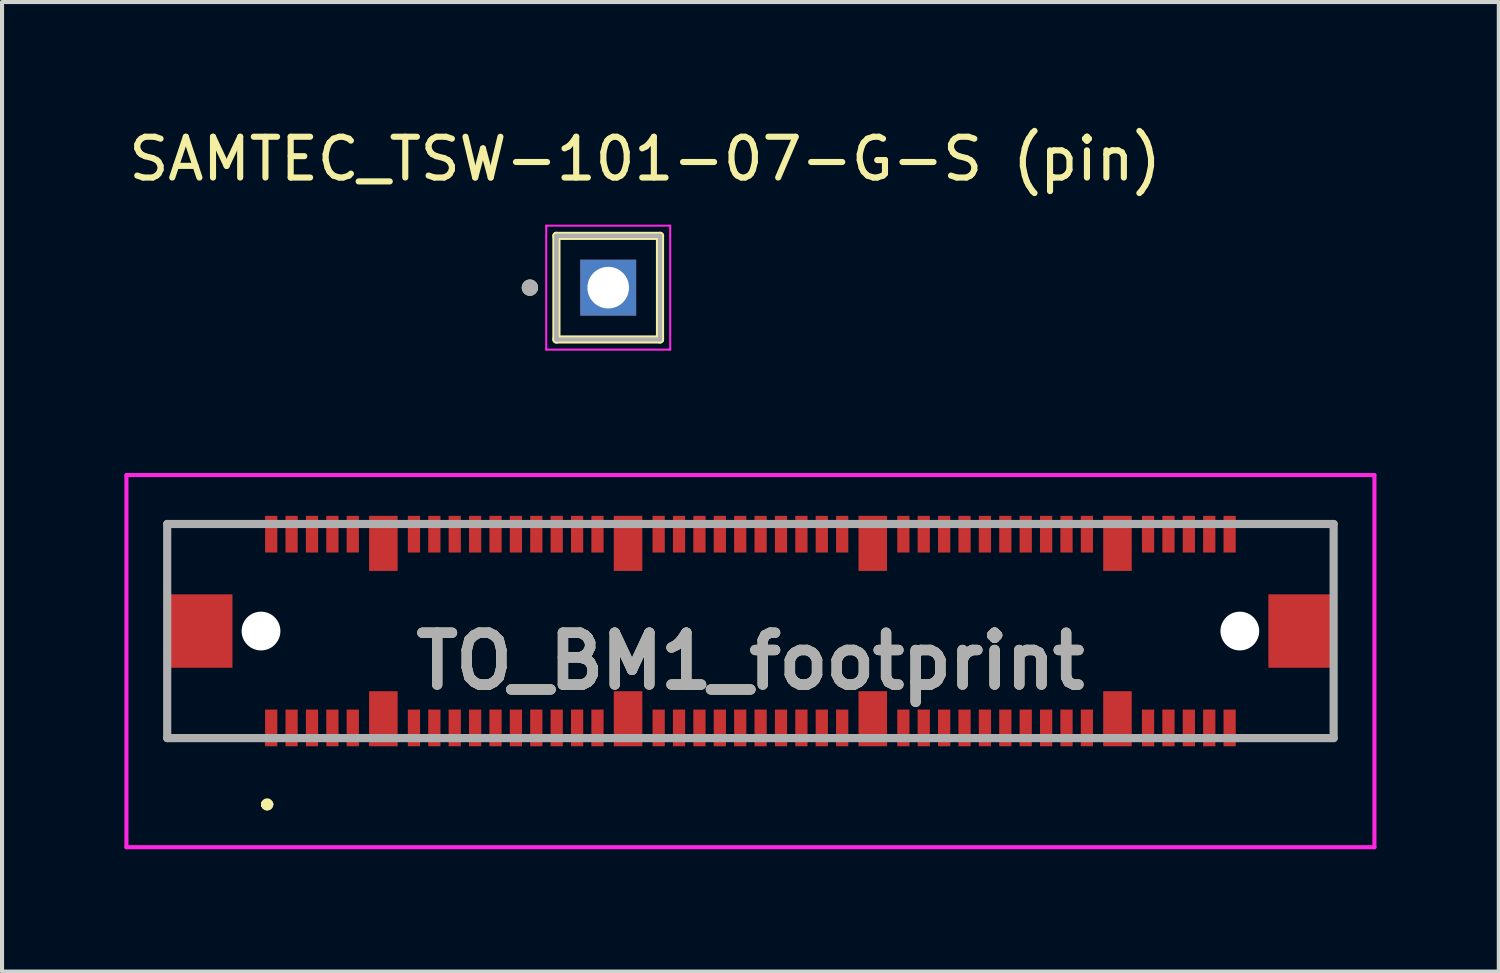
<source format=kicad_pcb>
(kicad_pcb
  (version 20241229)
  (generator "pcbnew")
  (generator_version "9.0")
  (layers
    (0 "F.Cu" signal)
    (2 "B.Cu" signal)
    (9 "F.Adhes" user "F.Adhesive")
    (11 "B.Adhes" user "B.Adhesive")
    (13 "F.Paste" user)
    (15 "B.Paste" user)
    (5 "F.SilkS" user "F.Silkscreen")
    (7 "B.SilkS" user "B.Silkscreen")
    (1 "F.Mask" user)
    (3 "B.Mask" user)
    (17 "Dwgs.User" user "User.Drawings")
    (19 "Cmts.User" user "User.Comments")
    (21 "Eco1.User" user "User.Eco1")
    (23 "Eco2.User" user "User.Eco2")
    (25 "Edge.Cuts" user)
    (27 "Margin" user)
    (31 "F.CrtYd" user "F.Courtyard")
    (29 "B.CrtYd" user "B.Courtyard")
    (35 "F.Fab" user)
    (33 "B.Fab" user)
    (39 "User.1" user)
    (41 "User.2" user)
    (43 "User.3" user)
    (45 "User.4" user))
  (footprint "TO_BM1_footprint"
    (layer "F.Cu")
    (at 15.35 12.423)
    (property "Reference" "TO_BM1_footprint" (at 0 0.737 0) (layer "F.SilkS") (effects (font (size 1.27 1.27) (thickness 0.254))))
    (attr through_hole)
    (fp_line (start -14.3 -2.625) (end -14.3 -2.625) (stroke (width 0.1) (type solid)) (layer "F.SilkS"))
    (fp_line (start -14.3 -2.625) (end -14.3 -2.625) (stroke (width 0.1) (type solid)) (layer "F.SilkS"))
    (fp_line (start -14.3 -2.625) (end -14.3 -1.5) (stroke (width 0.1) (type solid)) (layer "F.SilkS"))
    (fp_line (start -14.3 -2.625) (end -12.5 -2.625) (stroke (width 0.1) (type solid)) (layer "F.SilkS"))
    (fp_line (start -14.3 -1.5) (end -14.3 -2.625) (stroke (width 0.1) (type solid)) (layer "F.SilkS"))
    (fp_line (start -14.3 -1.5) (end -14.3 -1.5) (stroke (width 0.1) (type solid)) (layer "F.SilkS"))
    (fp_line (start -14.3 1.5) (end -14.3 1.5) (stroke (width 0.1) (type solid)) (layer "F.SilkS"))
    (fp_line (start -14.3 1.5) (end -14.3 2.625) (stroke (width 0.1) (type solid)) (layer "F.SilkS"))
    (fp_line (start -14.3 2.625) (end -14.3 1.5) (stroke (width 0.1) (type solid)) (layer "F.SilkS"))
    (fp_line (start -14.3 2.625) (end -14.3 2.625) (stroke (width 0.1) (type solid)) (layer "F.SilkS"))
    (fp_line (start -14.3 2.625) (end -14.3 2.625) (stroke (width 0.1) (type solid)) (layer "F.SilkS"))
    (fp_line (start -14.3 2.625) (end -12.5 2.625) (stroke (width 0.1) (type solid)) (layer "F.SilkS"))
    (fp_line (start -12.5 -2.625) (end -14.3 -2.625) (stroke (width 0.1) (type solid)) (layer "F.SilkS"))
    (fp_line (start -12.5 -2.625) (end -12.5 -2.625) (stroke (width 0.1) (type solid)) (layer "F.SilkS"))
    (fp_line (start -12.5 2.625) (end -14.3 2.625) (stroke (width 0.1) (type solid)) (layer "F.SilkS"))
    (fp_line (start -12.5 2.625) (end -12.5 2.625) (stroke (width 0.1) (type solid)) (layer "F.SilkS"))
    (fp_line (start -11.9 4.25) (end -11.9 4.25) (stroke (width 0.2) (type solid)) (layer "F.SilkS"))
    (fp_line (start -11.9 4.25) (end -11.9 4.25) (stroke (width 0.2) (type solid)) (layer "F.SilkS"))
    (fp_line (start -11.8 4.25) (end -11.8 4.25) (stroke (width 0.2) (type solid)) (layer "F.SilkS"))
    (fp_line (start 12.5 -2.625) (end 12.5 -2.625) (stroke (width 0.1) (type solid)) (layer "F.SilkS"))
    (fp_line (start 12.5 -2.625) (end 14.25 -2.625) (stroke (width 0.1) (type solid)) (layer "F.SilkS"))
    (fp_line (start 12.5 2.625) (end 12.5 2.625) (stroke (width 0.1) (type solid)) (layer "F.SilkS"))
    (fp_line (start 12.5 2.625) (end 14.3 2.625) (stroke (width 0.1) (type solid)) (layer "F.SilkS"))
    (fp_line (start 14.25 -2.625) (end 12.5 -2.625) (stroke (width 0.1) (type solid)) (layer "F.SilkS"))
    (fp_line (start 14.25 -2.625) (end 14.25 -2.625) (stroke (width 0.1) (type solid)) (layer "F.SilkS"))
    (fp_line (start 14.3 -2.625) (end 14.3 -2.625) (stroke (width 0.1) (type solid)) (layer "F.SilkS"))
    (fp_line (start 14.3 -2.625) (end 14.3 -1.5) (stroke (width 0.1) (type solid)) (layer "F.SilkS"))
    (fp_line (start 14.3 -1.5) (end 14.3 -2.625) (stroke (width 0.1) (type solid)) (layer "F.SilkS"))
    (fp_line (start 14.3 -1.5) (end 14.3 -1.5) (stroke (width 0.1) (type solid)) (layer "F.SilkS"))
    (fp_line (start 14.3 1.5) (end 14.3 1.5) (stroke (width 0.1) (type solid)) (layer "F.SilkS"))
    (fp_line (start 14.3 1.5) (end 14.3 2.625) (stroke (width 0.1) (type solid)) (layer "F.SilkS"))
    (fp_line (start 14.3 2.625) (end 12.5 2.625) (stroke (width 0.1) (type solid)) (layer "F.SilkS"))
    (fp_line (start 14.3 2.625) (end 14.3 1.5) (stroke (width 0.1) (type solid)) (layer "F.SilkS"))
    (fp_line (start 14.3 2.625) (end 14.3 2.625) (stroke (width 0.1) (type solid)) (layer "F.SilkS"))
    (fp_line (start 14.3 2.625) (end 14.3 2.625) (stroke (width 0.1) (type solid)) (layer "F.SilkS"))
    (fp_arc (start -11.9 4.25) (mid -11.85 4.2) (end -11.8 4.25) (stroke (width 0.2) (type solid)) (layer "F.SilkS"))
    (fp_arc (start -11.8 4.25) (mid -11.85 4.3) (end -11.9 4.25) (stroke (width 0.2) (type solid)) (layer "F.SilkS"))
    (fp_arc (start -11.8 4.25) (mid -11.85 4.3) (end -11.9 4.25) (stroke (width 0.2) (type solid)) (layer "F.SilkS"))
    (fp_line (start -15.3 -3.825) (end 15.3 -3.825) (stroke (width 0.1) (type solid)) (layer "F.CrtYd"))
    (fp_line (start -15.3 5.3) (end -15.3 -3.825) (stroke (width 0.1) (type solid)) (layer "F.CrtYd"))
    (fp_line (start 15.3 -3.825) (end 15.3 5.3) (stroke (width 0.1) (type solid)) (layer "F.CrtYd"))
    (fp_line (start 15.3 5.3) (end -15.3 5.3) (stroke (width 0.1) (type solid)) (layer "F.CrtYd"))
    (fp_line (start -14.3 -2.625) (end -14.3 2.625) (stroke (width 0.2) (type solid)) (layer "F.Fab"))
    (fp_line (start -14.3 2.625) (end 14.3 2.625) (stroke (width 0.2) (type solid)) (layer "F.Fab"))
    (fp_line (start 14.3 -2.625) (end -14.3 -2.625) (stroke (width 0.2) (type solid)) (layer "F.Fab"))
    (fp_line (start 14.3 2.625) (end 14.3 -2.625) (stroke (width 0.2) (type solid)) (layer "F.Fab"))
    (fp_text user "${REFERENCE}" (at 0 0.737 0) (layer "F.Fab") (effects (font (size 1.27 1.27) (thickness 0.254))))
    (pad "" np_thru_hole circle (at -12 0) (size 0.95 0.95) (drill 0.95) (layers "*.Cu" "*.Mask"))
    (pad "" np_thru_hole circle (at 12 0) (size 0.95 0.95) (drill 0.95) (layers "*.Cu" "*.Mask"))
    (pad "1" smd rect (at -11.75 2.375) (size 0.3 0.9) (layers "F.Cu" "F.Mask" "F.Paste"))
    (pad "2" smd rect (at -11.75 -2.375) (size 0.3 0.9) (layers "F.Cu" "F.Mask" "F.Paste"))
    (pad "3" smd rect (at -11.25 2.375) (size 0.3 0.9) (layers "F.Cu" "F.Mask" "F.Paste"))
    (pad "4" smd rect (at -11.25 -2.375) (size 0.3 0.9) (layers "F.Cu" "F.Mask" "F.Paste"))
    (pad "5" smd rect (at -10.75 2.375) (size 0.3 0.9) (layers "F.Cu" "F.Mask" "F.Paste"))
    (pad "6" smd rect (at -10.75 -2.375) (size 0.3 0.9) (layers "F.Cu" "F.Mask" "F.Paste"))
    (pad "7" smd rect (at -10.25 2.375) (size 0.3 0.9) (layers "F.Cu" "F.Mask" "F.Paste"))
    (pad "8" smd rect (at -10.25 -2.375) (size 0.3 0.9) (layers "F.Cu" "F.Mask" "F.Paste"))
    (pad "9" smd rect (at -9.75 2.375) (size 0.3 0.9) (layers "F.Cu" "F.Mask" "F.Paste"))
    (pad "10" smd rect (at -9.75 -2.375) (size 0.3 0.9) (layers "F.Cu" "F.Mask" "F.Paste"))
    (pad "11" smd rect (at -8.25 2.375) (size 0.3 0.9) (layers "F.Cu" "F.Mask" "F.Paste"))
    (pad "12" smd rect (at -8.25 -2.375) (size 0.3 0.9) (layers "F.Cu" "F.Mask" "F.Paste"))
    (pad "13" smd rect (at -7.75 2.375) (size 0.3 0.9) (layers "F.Cu" "F.Mask" "F.Paste"))
    (pad "14" smd rect (at -7.75 -2.375) (size 0.3 0.9) (layers "F.Cu" "F.Mask" "F.Paste"))
    (pad "15" smd rect (at -7.25 2.375) (size 0.3 0.9) (layers "F.Cu" "F.Mask" "F.Paste"))
    (pad "16" smd rect (at -7.25 -2.375) (size 0.3 0.9) (layers "F.Cu" "F.Mask" "F.Paste"))
    (pad "17" smd rect (at -6.75 2.375) (size 0.3 0.9) (layers "F.Cu" "F.Mask" "F.Paste"))
    (pad "18" smd rect (at -6.75 -2.375) (size 0.3 0.9) (layers "F.Cu" "F.Mask" "F.Paste"))
    (pad "19" smd rect (at -6.25 2.375) (size 0.3 0.9) (layers "F.Cu" "F.Mask" "F.Paste"))
    (pad "20" smd rect (at -6.25 -2.375) (size 0.3 0.9) (layers "F.Cu" "F.Mask" "F.Paste"))
    (pad "21" smd rect (at -5.75 2.375) (size 0.3 0.9) (layers "F.Cu" "F.Mask" "F.Paste"))
    (pad "22" smd rect (at -5.75 -2.375) (size 0.3 0.9) (layers "F.Cu" "F.Mask" "F.Paste"))
    (pad "23" smd rect (at -5.25 2.375) (size 0.3 0.9) (layers "F.Cu" "F.Mask" "F.Paste"))
    (pad "24" smd rect (at -5.25 -2.375) (size 0.3 0.9) (layers "F.Cu" "F.Mask" "F.Paste"))
    (pad "25" smd rect (at -4.75 2.375) (size 0.3 0.9) (layers "F.Cu" "F.Mask" "F.Paste"))
    (pad "26" smd rect (at -4.75 -2.375) (size 0.3 0.9) (layers "F.Cu" "F.Mask" "F.Paste"))
    (pad "27" smd rect (at -4.25 2.375) (size 0.3 0.9) (layers "F.Cu" "F.Mask" "F.Paste"))
    (pad "28" smd rect (at -4.25 -2.375) (size 0.3 0.9) (layers "F.Cu" "F.Mask" "F.Paste"))
    (pad "29" smd rect (at -3.75 2.375) (size 0.3 0.9) (layers "F.Cu" "F.Mask" "F.Paste"))
    (pad "30" smd rect (at -3.75 -2.375) (size 0.3 0.9) (layers "F.Cu" "F.Mask" "F.Paste"))
    (pad "31" smd rect (at -2.25 2.375) (size 0.3 0.9) (layers "F.Cu" "F.Mask" "F.Paste"))
    (pad "32" smd rect (at -2.25 -2.375) (size 0.3 0.9) (layers "F.Cu" "F.Mask" "F.Paste"))
    (pad "33" smd rect (at -1.75 2.375) (size 0.3 0.9) (layers "F.Cu" "F.Mask" "F.Paste"))
    (pad "34" smd rect (at -1.75 -2.375) (size 0.3 0.9) (layers "F.Cu" "F.Mask" "F.Paste"))
    (pad "35" smd rect (at -1.25 2.375) (size 0.3 0.9) (layers "F.Cu" "F.Mask" "F.Paste"))
    (pad "36" smd rect (at -1.25 -2.375) (size 0.3 0.9) (layers "F.Cu" "F.Mask" "F.Paste"))
    (pad "37" smd rect (at -0.75 2.375) (size 0.3 0.9) (layers "F.Cu" "F.Mask" "F.Paste"))
    (pad "38" smd rect (at -0.75 -2.375) (size 0.3 0.9) (layers "F.Cu" "F.Mask" "F.Paste"))
    (pad "39" smd rect (at -0.25 2.375) (size 0.3 0.9) (layers "F.Cu" "F.Mask" "F.Paste"))
    (pad "40" smd rect (at -0.25 -2.375) (size 0.3 0.9) (layers "F.Cu" "F.Mask" "F.Paste"))
    (pad "41" smd rect (at 0.25 2.375) (size 0.3 0.9) (layers "F.Cu" "F.Mask" "F.Paste"))
    (pad "42" smd rect (at 0.25 -2.375) (size 0.3 0.9) (layers "F.Cu" "F.Mask" "F.Paste"))
    (pad "43" smd rect (at 0.75 2.375) (size 0.3 0.9) (layers "F.Cu" "F.Mask" "F.Paste"))
    (pad "44" smd rect (at 0.75 -2.375) (size 0.3 0.9) (layers "F.Cu" "F.Mask" "F.Paste"))
    (pad "45" smd rect (at 1.25 2.375) (size 0.3 0.9) (layers "F.Cu" "F.Mask" "F.Paste"))
    (pad "46" smd rect (at 1.25 -2.375) (size 0.3 0.9) (layers "F.Cu" "F.Mask" "F.Paste"))
    (pad "47" smd rect (at 1.75 2.375) (size 0.3 0.9) (layers "F.Cu" "F.Mask" "F.Paste"))
    (pad "48" smd rect (at 1.75 -2.375) (size 0.3 0.9) (layers "F.Cu" "F.Mask" "F.Paste"))
    (pad "49" smd rect (at 2.25 2.375) (size 0.3 0.9) (layers "F.Cu" "F.Mask" "F.Paste"))
    (pad "50" smd rect (at 2.25 -2.375) (size 0.3 0.9) (layers "F.Cu" "F.Mask" "F.Paste"))
    (pad "51" smd rect (at 3.75 2.375) (size 0.3 0.9) (layers "F.Cu" "F.Mask" "F.Paste"))
    (pad "52" smd rect (at 3.75 -2.375) (size 0.3 0.9) (layers "F.Cu" "F.Mask" "F.Paste"))
    (pad "53" smd rect (at 4.25 2.375) (size 0.3 0.9) (layers "F.Cu" "F.Mask" "F.Paste"))
    (pad "54" smd rect (at 4.25 -2.375) (size 0.3 0.9) (layers "F.Cu" "F.Mask" "F.Paste"))
    (pad "55" smd rect (at 4.75 2.375) (size 0.3 0.9) (layers "F.Cu" "F.Mask" "F.Paste"))
    (pad "56" smd rect (at 4.75 -2.375) (size 0.3 0.9) (layers "F.Cu" "F.Mask" "F.Paste"))
    (pad "57" smd rect (at 5.25 2.375) (size 0.3 0.9) (layers "F.Cu" "F.Mask" "F.Paste"))
    (pad "58" smd rect (at 5.25 -2.375) (size 0.3 0.9) (layers "F.Cu" "F.Mask" "F.Paste"))
    (pad "59" smd rect (at 5.75 2.375) (size 0.3 0.9) (layers "F.Cu" "F.Mask" "F.Paste"))
    (pad "60" smd rect (at 5.75 -2.375) (size 0.3 0.9) (layers "F.Cu" "F.Mask" "F.Paste"))
    (pad "61" smd rect (at 6.25 2.375) (size 0.3 0.9) (layers "F.Cu" "F.Mask" "F.Paste"))
    (pad "62" smd rect (at 6.25 -2.375) (size 0.3 0.9) (layers "F.Cu" "F.Mask" "F.Paste"))
    (pad "63" smd rect (at 6.75 2.375) (size 0.3 0.9) (layers "F.Cu" "F.Mask" "F.Paste"))
    (pad "64" smd rect (at 6.75 -2.375) (size 0.3 0.9) (layers "F.Cu" "F.Mask" "F.Paste"))
    (pad "65" smd rect (at 7.25 2.375) (size 0.3 0.9) (layers "F.Cu" "F.Mask" "F.Paste"))
    (pad "66" smd rect (at 7.25 -2.375) (size 0.3 0.9) (layers "F.Cu" "F.Mask" "F.Paste"))
    (pad "67" smd rect (at 7.75 2.375) (size 0.3 0.9) (layers "F.Cu" "F.Mask" "F.Paste"))
    (pad "68" smd rect (at 7.75 -2.375) (size 0.3 0.9) (layers "F.Cu" "F.Mask" "F.Paste"))
    (pad "69" smd rect (at 8.25 2.375) (size 0.3 0.9) (layers "F.Cu" "F.Mask" "F.Paste"))
    (pad "70" smd rect (at 8.25 -2.375) (size 0.3 0.9) (layers "F.Cu" "F.Mask" "F.Paste"))
    (pad "71" smd rect (at 9.75 2.375) (size 0.3 0.9) (layers "F.Cu" "F.Mask" "F.Paste"))
    (pad "72" smd rect (at 9.75 -2.375) (size 0.3 0.9) (layers "F.Cu" "F.Mask" "F.Paste"))
    (pad "73" smd rect (at 10.25 2.375) (size 0.3 0.9) (layers "F.Cu" "F.Mask" "F.Paste"))
    (pad "74" smd rect (at 10.25 -2.375) (size 0.3 0.9) (layers "F.Cu" "F.Mask" "F.Paste"))
    (pad "75" smd rect (at 10.75 2.375) (size 0.3 0.9) (layers "F.Cu" "F.Mask" "F.Paste"))
    (pad "76" smd rect (at 10.75 -2.375) (size 0.3 0.9) (layers "F.Cu" "F.Mask" "F.Paste"))
    (pad "77" smd rect (at 11.25 2.375) (size 0.3 0.9) (layers "F.Cu" "F.Mask" "F.Paste"))
    (pad "78" smd rect (at 11.25 -2.375) (size 0.3 0.9) (layers "F.Cu" "F.Mask" "F.Paste"))
    (pad "79" smd rect (at 11.75 2.375) (size 0.3 0.9) (layers "F.Cu" "F.Mask" "F.Paste"))
    (pad "80" smd rect (at 11.75 -2.375) (size 0.3 0.9) (layers "F.Cu" "F.Mask" "F.Paste"))
    (pad "G1" smd rect (at -9 2.15) (size 0.7 1.35) (layers "F.Cu" "F.Mask" "F.Paste"))
    (pad "G2" smd rect (at -9 -2.15) (size 0.7 1.35) (layers "F.Cu" "F.Mask" "F.Paste"))
    (pad "G3" smd rect (at -3 2.15) (size 0.7 1.35) (layers "F.Cu" "F.Mask" "F.Paste"))
    (pad "G4" smd rect (at -3 -2.15) (size 0.7 1.35) (layers "F.Cu" "F.Mask" "F.Paste"))
    (pad "G5" smd rect (at 3 2.15) (size 0.7 1.35) (layers "F.Cu" "F.Mask" "F.Paste"))
    (pad "G6" smd rect (at 3 -2.15) (size 0.7 1.35) (layers "F.Cu" "F.Mask" "F.Paste"))
    (pad "G7" smd rect (at 9 2.15) (size 0.7 1.35) (layers "F.Cu" "F.Mask" "F.Paste"))
    (pad "G8" smd rect (at 9 -2.15) (size 0.7 1.35) (layers "F.Cu" "F.Mask" "F.Paste"))
    (pad "MP1" smd rect (at -13.5 0) (size 1.6 1.8) (layers "F.Cu" "F.Mask" "F.Paste"))
    (pad "MP2" smd rect (at 13.5 0) (size 1.6 1.8) (layers "F.Cu" "F.Mask" "F.Paste")))
  (footprint "SAMTEC_TSW-101-07-G-S (pin)"
    (layer "F.Cu")
    (at 11.863 4.003)
    (property "Reference" "SAMTEC_TSW-101-07-G-S (pin)" (at 0.905 -3.155 0) (layer "F.SilkS") (effects (font (size 1 1) (thickness 0.15))))
    (attr through_hole)
    (fp_line (start -1.27 1.27) (end -1.27 -1.27) (stroke (width 0.2) (type solid)) (layer "F.SilkS"))
    (fp_line (start 1.27 -1.27) (end -1.27 -1.27) (stroke (width 0.2) (type solid)) (layer "F.SilkS"))
    (fp_line (start 1.27 -1.27) (end 1.27 1.27) (stroke (width 0.2) (type solid)) (layer "F.SilkS"))
    (fp_line (start 1.27 1.27) (end -1.27 1.27) (stroke (width 0.2) (type solid)) (layer "F.SilkS"))
    (fp_circle (center -1.92 0) (end -1.82 0) (stroke (width 0.2) (type solid)) (fill no) (layer "F.SilkS"))
    (fp_line (start -1.52 -1.52) (end 1.52 -1.52) (stroke (width 0.05) (type solid)) (layer "F.CrtYd"))
    (fp_line (start -1.52 1.52) (end -1.52 -1.52) (stroke (width 0.05) (type solid)) (layer "F.CrtYd"))
    (fp_line (start 1.52 -1.52) (end 1.52 1.52) (stroke (width 0.05) (type solid)) (layer "F.CrtYd"))
    (fp_line (start 1.52 1.52) (end -1.52 1.52) (stroke (width 0.05) (type solid)) (layer "F.CrtYd"))
    (fp_line (start -1.27 -1.27) (end 1.27 -1.27) (stroke (width 0.1) (type solid)) (layer "F.Fab"))
    (fp_line (start -1.27 -1.27) (end 1.27 -1.27) (stroke (width 0.1) (type solid)) (layer "F.Fab"))
    (fp_line (start -1.27 1.27) (end -1.27 -1.27) (stroke (width 0.1) (type solid)) (layer "F.Fab"))
    (fp_line (start -1.27 1.27) (end -1.27 -1.27) (stroke (width 0.1) (type solid)) (layer "F.Fab"))
    (fp_line (start 1.27 -1.27) (end 1.27 1.27) (stroke (width 0.1) (type solid)) (layer "F.Fab"))
    (fp_line (start 1.27 -1.27) (end 1.27 1.27) (stroke (width 0.1) (type solid)) (layer "F.Fab"))
    (fp_line (start 1.27 1.27) (end -1.27 1.27) (stroke (width 0.1) (type solid)) (layer "F.Fab"))
    (fp_circle (center -1.92 0) (end -1.82 0) (stroke (width 0.2) (type solid)) (fill no) (layer "F.Fab"))
    (pad "01" thru_hole rect (at 0 0) (size 1.37 1.37) (drill 1.02) (layers "*.Cu" "*.Mask")))
  (gr_rect
    (start -3 -3)
    (end 33.7 20.773)
    (stroke (width 0.1) (type default))
    (fill no)
    (layer "Edge.Cuts")))
</source>
